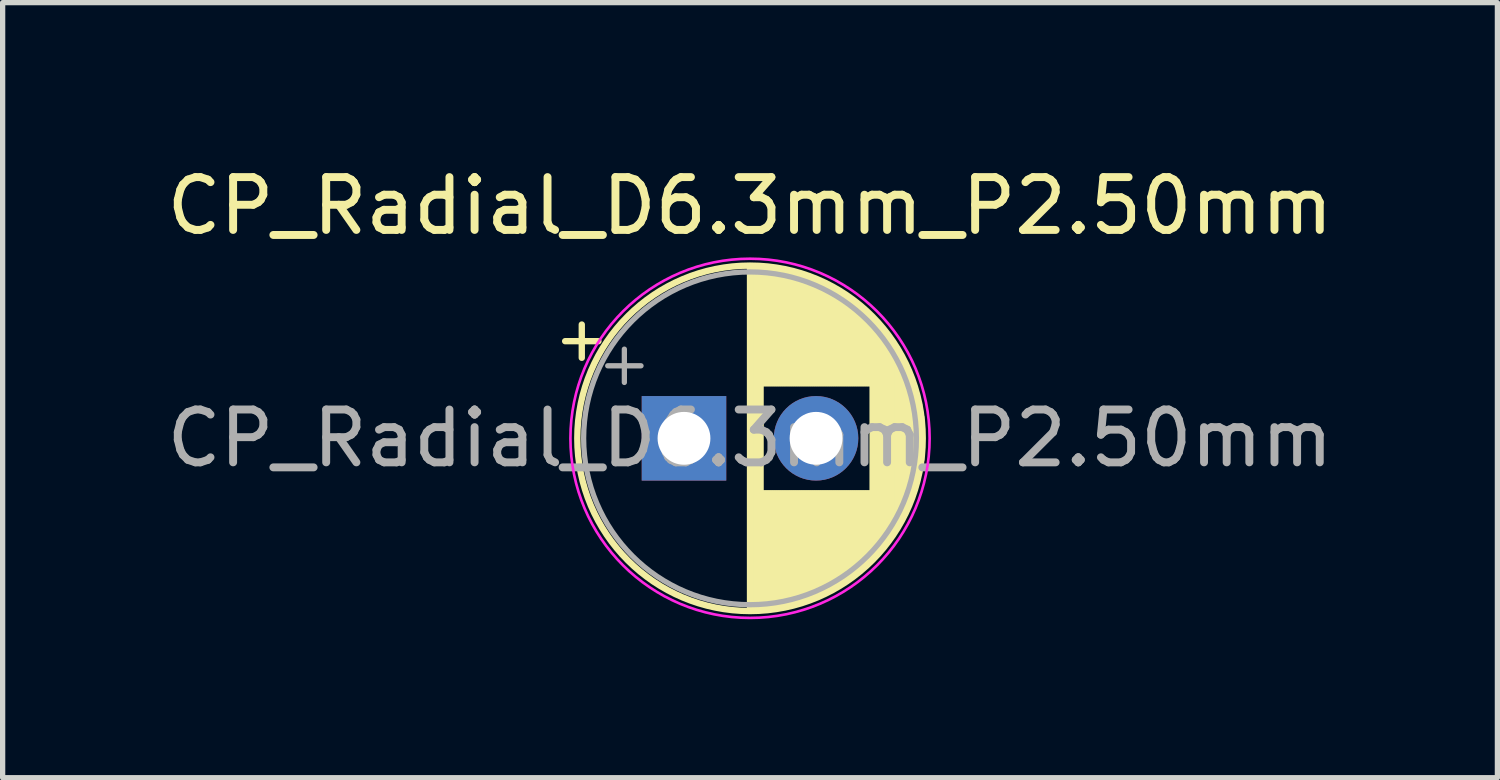
<source format=kicad_pcb>
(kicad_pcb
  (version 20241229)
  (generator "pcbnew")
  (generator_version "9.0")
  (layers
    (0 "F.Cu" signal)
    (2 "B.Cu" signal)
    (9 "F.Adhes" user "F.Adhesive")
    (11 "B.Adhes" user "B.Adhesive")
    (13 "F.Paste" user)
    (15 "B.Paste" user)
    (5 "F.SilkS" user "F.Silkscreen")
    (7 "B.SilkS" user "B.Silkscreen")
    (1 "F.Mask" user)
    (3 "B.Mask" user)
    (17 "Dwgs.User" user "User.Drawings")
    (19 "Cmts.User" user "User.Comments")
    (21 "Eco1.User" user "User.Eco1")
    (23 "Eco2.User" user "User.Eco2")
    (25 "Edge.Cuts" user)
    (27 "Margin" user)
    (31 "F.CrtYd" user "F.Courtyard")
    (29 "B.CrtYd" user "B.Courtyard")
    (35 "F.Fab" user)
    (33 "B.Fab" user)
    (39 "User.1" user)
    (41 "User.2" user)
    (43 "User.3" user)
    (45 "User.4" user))
  (footprint "CP_Radial_D6.3mm_P2.50mm"
    (layer "F.Cu")
    (at 9.899 5.248)
    (property "Reference" "CP_Radial_D6.3mm_P2.50mm" (at 1.25 -4.4 0) (layer "F.SilkS") (effects (font (size 1 1) (thickness 0.15))))
    (attr through_hole)
    (fp_line (start -2.25 -1.839) (end -1.62 -1.839) (stroke (width 0.12) (type solid)) (layer "F.SilkS"))
    (fp_line (start -1.935 -2.154) (end -1.935 -1.524) (stroke (width 0.12) (type solid)) (layer "F.SilkS"))
    (fp_line (start 1.25 -3.23) (end 1.25 3.23) (stroke (width 0.12) (type solid)) (layer "F.SilkS"))
    (fp_line (start 1.29 -3.23) (end 1.29 3.23) (stroke (width 0.12) (type solid)) (layer "F.SilkS"))
    (fp_line (start 1.33 -3.23) (end 1.33 3.23) (stroke (width 0.12) (type solid)) (layer "F.SilkS"))
    (fp_line (start 1.37 -3.228) (end 1.37 3.228) (stroke (width 0.12) (type solid)) (layer "F.SilkS"))
    (fp_line (start 1.41 -3.227) (end 1.41 3.227) (stroke (width 0.12) (type solid)) (layer "F.SilkS"))
    (fp_line (start 1.45 -3.224) (end 1.45 3.224) (stroke (width 0.12) (type solid)) (layer "F.SilkS"))
    (fp_line (start 1.49 -3.222) (end 1.49 -1.04) (stroke (width 0.12) (type solid)) (layer "F.SilkS"))
    (fp_line (start 1.49 1.04) (end 1.49 3.222) (stroke (width 0.12) (type solid)) (layer "F.SilkS"))
    (fp_line (start 1.53 -3.218) (end 1.53 -1.04) (stroke (width 0.12) (type solid)) (layer "F.SilkS"))
    (fp_line (start 1.53 1.04) (end 1.53 3.218) (stroke (width 0.12) (type solid)) (layer "F.SilkS"))
    (fp_line (start 1.57 -3.215) (end 1.57 -1.04) (stroke (width 0.12) (type solid)) (layer "F.SilkS"))
    (fp_line (start 1.57 1.04) (end 1.57 3.215) (stroke (width 0.12) (type solid)) (layer "F.SilkS"))
    (fp_line (start 1.61 -3.211) (end 1.61 -1.04) (stroke (width 0.12) (type solid)) (layer "F.SilkS"))
    (fp_line (start 1.61 1.04) (end 1.61 3.211) (stroke (width 0.12) (type solid)) (layer "F.SilkS"))
    (fp_line (start 1.65 -3.206) (end 1.65 -1.04) (stroke (width 0.12) (type solid)) (layer "F.SilkS"))
    (fp_line (start 1.65 1.04) (end 1.65 3.206) (stroke (width 0.12) (type solid)) (layer "F.SilkS"))
    (fp_line (start 1.69 -3.201) (end 1.69 -1.04) (stroke (width 0.12) (type solid)) (layer "F.SilkS"))
    (fp_line (start 1.69 1.04) (end 1.69 3.201) (stroke (width 0.12) (type solid)) (layer "F.SilkS"))
    (fp_line (start 1.73 -3.195) (end 1.73 -1.04) (stroke (width 0.12) (type solid)) (layer "F.SilkS"))
    (fp_line (start 1.73 1.04) (end 1.73 3.195) (stroke (width 0.12) (type solid)) (layer "F.SilkS"))
    (fp_line (start 1.77 -3.189) (end 1.77 -1.04) (stroke (width 0.12) (type solid)) (layer "F.SilkS"))
    (fp_line (start 1.77 1.04) (end 1.77 3.189) (stroke (width 0.12) (type solid)) (layer "F.SilkS"))
    (fp_line (start 1.81 -3.182) (end 1.81 -1.04) (stroke (width 0.12) (type solid)) (layer "F.SilkS"))
    (fp_line (start 1.81 1.04) (end 1.81 3.182) (stroke (width 0.12) (type solid)) (layer "F.SilkS"))
    (fp_line (start 1.85 -3.175) (end 1.85 -1.04) (stroke (width 0.12) (type solid)) (layer "F.SilkS"))
    (fp_line (start 1.85 1.04) (end 1.85 3.175) (stroke (width 0.12) (type solid)) (layer "F.SilkS"))
    (fp_line (start 1.89 -3.167) (end 1.89 -1.04) (stroke (width 0.12) (type solid)) (layer "F.SilkS"))
    (fp_line (start 1.89 1.04) (end 1.89 3.167) (stroke (width 0.12) (type solid)) (layer "F.SilkS"))
    (fp_line (start 1.93 -3.159) (end 1.93 -1.04) (stroke (width 0.12) (type solid)) (layer "F.SilkS"))
    (fp_line (start 1.93 1.04) (end 1.93 3.159) (stroke (width 0.12) (type solid)) (layer "F.SilkS"))
    (fp_line (start 1.971 -3.15) (end 1.971 -1.04) (stroke (width 0.12) (type solid)) (layer "F.SilkS"))
    (fp_line (start 1.971 1.04) (end 1.971 3.15) (stroke (width 0.12) (type solid)) (layer "F.SilkS"))
    (fp_line (start 2.011 -3.141) (end 2.011 -1.04) (stroke (width 0.12) (type solid)) (layer "F.SilkS"))
    (fp_line (start 2.011 1.04) (end 2.011 3.141) (stroke (width 0.12) (type solid)) (layer "F.SilkS"))
    (fp_line (start 2.051 -3.131) (end 2.051 -1.04) (stroke (width 0.12) (type solid)) (layer "F.SilkS"))
    (fp_line (start 2.051 1.04) (end 2.051 3.131) (stroke (width 0.12) (type solid)) (layer "F.SilkS"))
    (fp_line (start 2.091 -3.121) (end 2.091 -1.04) (stroke (width 0.12) (type solid)) (layer "F.SilkS"))
    (fp_line (start 2.091 1.04) (end 2.091 3.121) (stroke (width 0.12) (type solid)) (layer "F.SilkS"))
    (fp_line (start 2.131 -3.11) (end 2.131 -1.04) (stroke (width 0.12) (type solid)) (layer "F.SilkS"))
    (fp_line (start 2.131 1.04) (end 2.131 3.11) (stroke (width 0.12) (type solid)) (layer "F.SilkS"))
    (fp_line (start 2.171 -3.098) (end 2.171 -1.04) (stroke (width 0.12) (type solid)) (layer "F.SilkS"))
    (fp_line (start 2.171 1.04) (end 2.171 3.098) (stroke (width 0.12) (type solid)) (layer "F.SilkS"))
    (fp_line (start 2.211 -3.086) (end 2.211 -1.04) (stroke (width 0.12) (type solid)) (layer "F.SilkS"))
    (fp_line (start 2.211 1.04) (end 2.211 3.086) (stroke (width 0.12) (type solid)) (layer "F.SilkS"))
    (fp_line (start 2.251 -3.074) (end 2.251 -1.04) (stroke (width 0.12) (type solid)) (layer "F.SilkS"))
    (fp_line (start 2.251 1.04) (end 2.251 3.074) (stroke (width 0.12) (type solid)) (layer "F.SilkS"))
    (fp_line (start 2.291 -3.061) (end 2.291 -1.04) (stroke (width 0.12) (type solid)) (layer "F.SilkS"))
    (fp_line (start 2.291 1.04) (end 2.291 3.061) (stroke (width 0.12) (type solid)) (layer "F.SilkS"))
    (fp_line (start 2.331 -3.047) (end 2.331 -1.04) (stroke (width 0.12) (type solid)) (layer "F.SilkS"))
    (fp_line (start 2.331 1.04) (end 2.331 3.047) (stroke (width 0.12) (type solid)) (layer "F.SilkS"))
    (fp_line (start 2.371 -3.033) (end 2.371 -1.04) (stroke (width 0.12) (type solid)) (layer "F.SilkS"))
    (fp_line (start 2.371 1.04) (end 2.371 3.033) (stroke (width 0.12) (type solid)) (layer "F.SilkS"))
    (fp_line (start 2.411 -3.018) (end 2.411 -1.04) (stroke (width 0.12) (type solid)) (layer "F.SilkS"))
    (fp_line (start 2.411 1.04) (end 2.411 3.018) (stroke (width 0.12) (type solid)) (layer "F.SilkS"))
    (fp_line (start 2.451 -3.002) (end 2.451 -1.04) (stroke (width 0.12) (type solid)) (layer "F.SilkS"))
    (fp_line (start 2.451 1.04) (end 2.451 3.002) (stroke (width 0.12) (type solid)) (layer "F.SilkS"))
    (fp_line (start 2.491 -2.986) (end 2.491 -1.04) (stroke (width 0.12) (type solid)) (layer "F.SilkS"))
    (fp_line (start 2.491 1.04) (end 2.491 2.986) (stroke (width 0.12) (type solid)) (layer "F.SilkS"))
    (fp_line (start 2.531 -2.97) (end 2.531 -1.04) (stroke (width 0.12) (type solid)) (layer "F.SilkS"))
    (fp_line (start 2.531 1.04) (end 2.531 2.97) (stroke (width 0.12) (type solid)) (layer "F.SilkS"))
    (fp_line (start 2.571 -2.952) (end 2.571 -1.04) (stroke (width 0.12) (type solid)) (layer "F.SilkS"))
    (fp_line (start 2.571 1.04) (end 2.571 2.952) (stroke (width 0.12) (type solid)) (layer "F.SilkS"))
    (fp_line (start 2.611 -2.934) (end 2.611 -1.04) (stroke (width 0.12) (type solid)) (layer "F.SilkS"))
    (fp_line (start 2.611 1.04) (end 2.611 2.934) (stroke (width 0.12) (type solid)) (layer "F.SilkS"))
    (fp_line (start 2.651 -2.916) (end 2.651 -1.04) (stroke (width 0.12) (type solid)) (layer "F.SilkS"))
    (fp_line (start 2.651 1.04) (end 2.651 2.916) (stroke (width 0.12) (type solid)) (layer "F.SilkS"))
    (fp_line (start 2.691 -2.896) (end 2.691 -1.04) (stroke (width 0.12) (type solid)) (layer "F.SilkS"))
    (fp_line (start 2.691 1.04) (end 2.691 2.896) (stroke (width 0.12) (type solid)) (layer "F.SilkS"))
    (fp_line (start 2.731 -2.876) (end 2.731 -1.04) (stroke (width 0.12) (type solid)) (layer "F.SilkS"))
    (fp_line (start 2.731 1.04) (end 2.731 2.876) (stroke (width 0.12) (type solid)) (layer "F.SilkS"))
    (fp_line (start 2.771 -2.856) (end 2.771 -1.04) (stroke (width 0.12) (type solid)) (layer "F.SilkS"))
    (fp_line (start 2.771 1.04) (end 2.771 2.856) (stroke (width 0.12) (type solid)) (layer "F.SilkS"))
    (fp_line (start 2.811 -2.834) (end 2.811 -1.04) (stroke (width 0.12) (type solid)) (layer "F.SilkS"))
    (fp_line (start 2.811 1.04) (end 2.811 2.834) (stroke (width 0.12) (type solid)) (layer "F.SilkS"))
    (fp_line (start 2.851 -2.812) (end 2.851 -1.04) (stroke (width 0.12) (type solid)) (layer "F.SilkS"))
    (fp_line (start 2.851 1.04) (end 2.851 2.812) (stroke (width 0.12) (type solid)) (layer "F.SilkS"))
    (fp_line (start 2.891 -2.79) (end 2.891 -1.04) (stroke (width 0.12) (type solid)) (layer "F.SilkS"))
    (fp_line (start 2.891 1.04) (end 2.891 2.79) (stroke (width 0.12) (type solid)) (layer "F.SilkS"))
    (fp_line (start 2.931 -2.766) (end 2.931 -1.04) (stroke (width 0.12) (type solid)) (layer "F.SilkS"))
    (fp_line (start 2.931 1.04) (end 2.931 2.766) (stroke (width 0.12) (type solid)) (layer "F.SilkS"))
    (fp_line (start 2.971 -2.742) (end 2.971 -1.04) (stroke (width 0.12) (type solid)) (layer "F.SilkS"))
    (fp_line (start 2.971 1.04) (end 2.971 2.742) (stroke (width 0.12) (type solid)) (layer "F.SilkS"))
    (fp_line (start 3.011 -2.716) (end 3.011 -1.04) (stroke (width 0.12) (type solid)) (layer "F.SilkS"))
    (fp_line (start 3.011 1.04) (end 3.011 2.716) (stroke (width 0.12) (type solid)) (layer "F.SilkS"))
    (fp_line (start 3.051 -2.69) (end 3.051 -1.04) (stroke (width 0.12) (type solid)) (layer "F.SilkS"))
    (fp_line (start 3.051 1.04) (end 3.051 2.69) (stroke (width 0.12) (type solid)) (layer "F.SilkS"))
    (fp_line (start 3.091 -2.664) (end 3.091 -1.04) (stroke (width 0.12) (type solid)) (layer "F.SilkS"))
    (fp_line (start 3.091 1.04) (end 3.091 2.664) (stroke (width 0.12) (type solid)) (layer "F.SilkS"))
    (fp_line (start 3.131 -2.636) (end 3.131 -1.04) (stroke (width 0.12) (type solid)) (layer "F.SilkS"))
    (fp_line (start 3.131 1.04) (end 3.131 2.636) (stroke (width 0.12) (type solid)) (layer "F.SilkS"))
    (fp_line (start 3.171 -2.607) (end 3.171 -1.04) (stroke (width 0.12) (type solid)) (layer "F.SilkS"))
    (fp_line (start 3.171 1.04) (end 3.171 2.607) (stroke (width 0.12) (type solid)) (layer "F.SilkS"))
    (fp_line (start 3.211 -2.578) (end 3.211 -1.04) (stroke (width 0.12) (type solid)) (layer "F.SilkS"))
    (fp_line (start 3.211 1.04) (end 3.211 2.578) (stroke (width 0.12) (type solid)) (layer "F.SilkS"))
    (fp_line (start 3.251 -2.548) (end 3.251 -1.04) (stroke (width 0.12) (type solid)) (layer "F.SilkS"))
    (fp_line (start 3.251 1.04) (end 3.251 2.548) (stroke (width 0.12) (type solid)) (layer "F.SilkS"))
    (fp_line (start 3.291 -2.516) (end 3.291 -1.04) (stroke (width 0.12) (type solid)) (layer "F.SilkS"))
    (fp_line (start 3.291 1.04) (end 3.291 2.516) (stroke (width 0.12) (type solid)) (layer "F.SilkS"))
    (fp_line (start 3.331 -2.484) (end 3.331 -1.04) (stroke (width 0.12) (type solid)) (layer "F.SilkS"))
    (fp_line (start 3.331 1.04) (end 3.331 2.484) (stroke (width 0.12) (type solid)) (layer "F.SilkS"))
    (fp_line (start 3.371 -2.45) (end 3.371 -1.04) (stroke (width 0.12) (type solid)) (layer "F.SilkS"))
    (fp_line (start 3.371 1.04) (end 3.371 2.45) (stroke (width 0.12) (type solid)) (layer "F.SilkS"))
    (fp_line (start 3.411 -2.416) (end 3.411 -1.04) (stroke (width 0.12) (type solid)) (layer "F.SilkS"))
    (fp_line (start 3.411 1.04) (end 3.411 2.416) (stroke (width 0.12) (type solid)) (layer "F.SilkS"))
    (fp_line (start 3.451 -2.38) (end 3.451 -1.04) (stroke (width 0.12) (type solid)) (layer "F.SilkS"))
    (fp_line (start 3.451 1.04) (end 3.451 2.38) (stroke (width 0.12) (type solid)) (layer "F.SilkS"))
    (fp_line (start 3.491 -2.343) (end 3.491 -1.04) (stroke (width 0.12) (type solid)) (layer "F.SilkS"))
    (fp_line (start 3.491 1.04) (end 3.491 2.343) (stroke (width 0.12) (type solid)) (layer "F.SilkS"))
    (fp_line (start 3.531 -2.305) (end 3.531 -1.04) (stroke (width 0.12) (type solid)) (layer "F.SilkS"))
    (fp_line (start 3.531 1.04) (end 3.531 2.305) (stroke (width 0.12) (type solid)) (layer "F.SilkS"))
    (fp_line (start 3.571 -2.265) (end 3.571 2.265) (stroke (width 0.12) (type solid)) (layer "F.SilkS"))
    (fp_line (start 3.611 -2.224) (end 3.611 2.224) (stroke (width 0.12) (type solid)) (layer "F.SilkS"))
    (fp_line (start 3.651 -2.182) (end 3.651 2.182) (stroke (width 0.12) (type solid)) (layer "F.SilkS"))
    (fp_line (start 3.691 -2.137) (end 3.691 2.137) (stroke (width 0.12) (type solid)) (layer "F.SilkS"))
    (fp_line (start 3.731 -2.092) (end 3.731 2.092) (stroke (width 0.12) (type solid)) (layer "F.SilkS"))
    (fp_line (start 3.771 -2.044) (end 3.771 2.044) (stroke (width 0.12) (type solid)) (layer "F.SilkS"))
    (fp_line (start 3.811 -1.995) (end 3.811 1.995) (stroke (width 0.12) (type solid)) (layer "F.SilkS"))
    (fp_line (start 3.851 -1.944) (end 3.851 1.944) (stroke (width 0.12) (type solid)) (layer "F.SilkS"))
    (fp_line (start 3.891 -1.89) (end 3.891 1.89) (stroke (width 0.12) (type solid)) (layer "F.SilkS"))
    (fp_line (start 3.931 -1.834) (end 3.931 1.834) (stroke (width 0.12) (type solid)) (layer "F.SilkS"))
    (fp_line (start 3.971 -1.776) (end 3.971 1.776) (stroke (width 0.12) (type solid)) (layer "F.SilkS"))
    (fp_line (start 4.011 -1.714) (end 4.011 1.714) (stroke (width 0.12) (type solid)) (layer "F.SilkS"))
    (fp_line (start 4.051 -1.65) (end 4.051 1.65) (stroke (width 0.12) (type solid)) (layer "F.SilkS"))
    (fp_line (start 4.091 -1.581) (end 4.091 1.581) (stroke (width 0.12) (type solid)) (layer "F.SilkS"))
    (fp_line (start 4.131 -1.509) (end 4.131 1.509) (stroke (width 0.12) (type solid)) (layer "F.SilkS"))
    (fp_line (start 4.171 -1.432) (end 4.171 1.432) (stroke (width 0.12) (type solid)) (layer "F.SilkS"))
    (fp_line (start 4.211 -1.35) (end 4.211 1.35) (stroke (width 0.12) (type solid)) (layer "F.SilkS"))
    (fp_line (start 4.251 -1.262) (end 4.251 1.262) (stroke (width 0.12) (type solid)) (layer "F.SilkS"))
    (fp_line (start 4.291 -1.165) (end 4.291 1.165) (stroke (width 0.12) (type solid)) (layer "F.SilkS"))
    (fp_line (start 4.331 -1.059) (end 4.331 1.059) (stroke (width 0.12) (type solid)) (layer "F.SilkS"))
    (fp_line (start 4.371 -0.94) (end 4.371 0.94) (stroke (width 0.12) (type solid)) (layer "F.SilkS"))
    (fp_line (start 4.411 -0.802) (end 4.411 0.802) (stroke (width 0.12) (type solid)) (layer "F.SilkS"))
    (fp_line (start 4.451 -0.633) (end 4.451 0.633) (stroke (width 0.12) (type solid)) (layer "F.SilkS"))
    (fp_line (start 4.491 -0.402) (end 4.491 0.402) (stroke (width 0.12) (type solid)) (layer "F.SilkS"))
    (fp_circle (center 1.25 0) (end 4.52 0) (stroke (width 0.12) (type solid)) (fill no) (layer "F.SilkS"))
    (fp_circle (center 1.25 0) (end 4.65 0) (stroke (width 0.05) (type solid)) (fill no) (layer "F.CrtYd"))
    (fp_line (start -1.444 -1.373) (end -0.814 -1.373) (stroke (width 0.1) (type solid)) (layer "F.Fab"))
    (fp_line (start -1.129 -1.688) (end -1.129 -1.058) (stroke (width 0.1) (type solid)) (layer "F.Fab"))
    (fp_circle (center 1.25 0) (end 4.4 0) (stroke (width 0.1) (type solid)) (fill no) (layer "F.Fab"))
    (fp_text user "${REFERENCE}" (at 1.25 0 0) (layer "F.Fab") (effects (font (size 1 1) (thickness 0.15))))
    (pad "1" thru_hole rect (at 0 0) (size 1.6 1.6) (drill 1) (layers "*.Cu" "*.Mask"))
    (pad "2" thru_hole circle (at 2.5 0) (size 1.6 1.6) (drill 1) (layers "*.Cu" "*.Mask")))
  (gr_rect
    (start -3 -3)
    (end 25.298 11.673)
    (stroke (width 0.1) (type default))
    (fill no)
    (layer "Edge.Cuts")))
</source>
